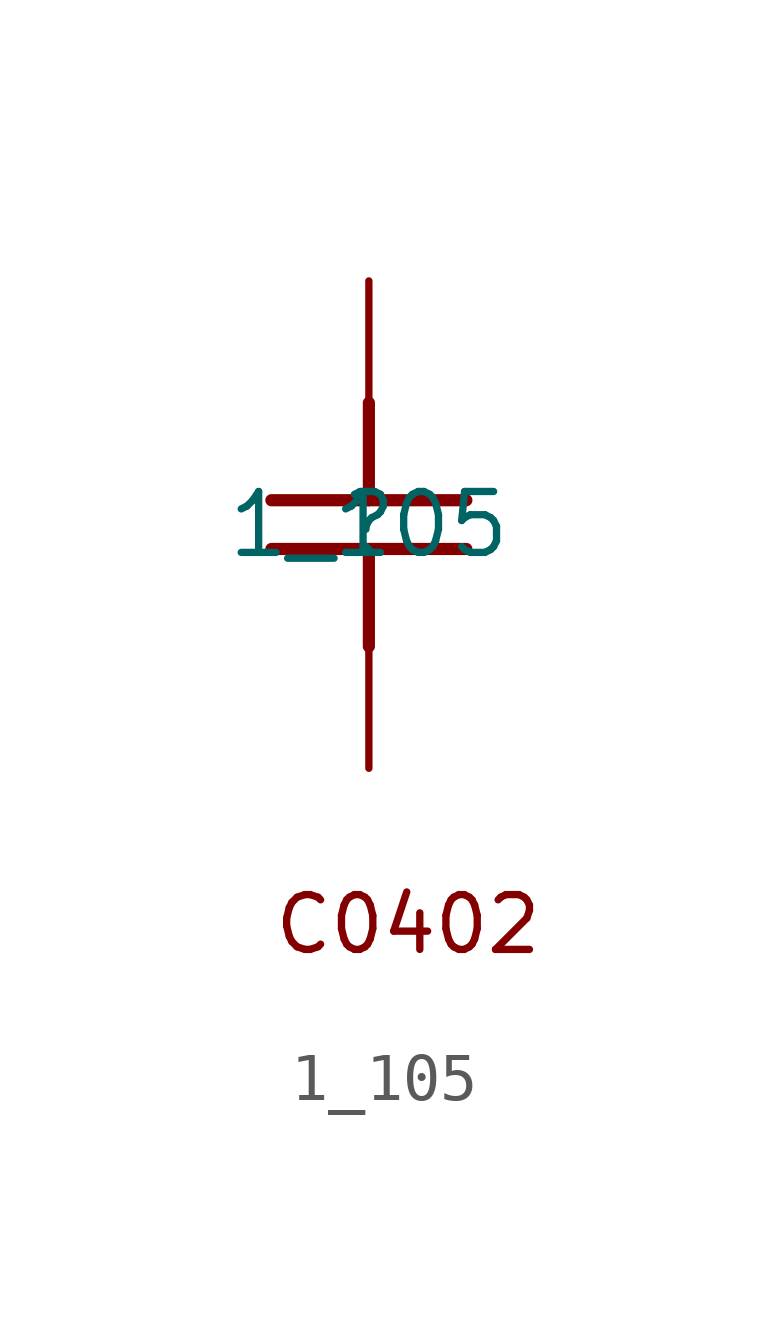
<source format=kicad_sym>
(kicad_symbol_lib
  (version 20211014)
  (generator kicad_symbol_editor)
  (symbol "1_105"
    (property "Reference" ""
      (at 0 0 0)
      (effects (font (size 1.27 1.27))))
    (property "Value" "1_105"
      (at 0 0 0)
      (effects (font (size 1.27 1.27))))
    (symbol "1_105_1_0"
      (polyline (pts (xy -2.032 0.508) (xy 2.032 0.508)) (stroke (width 0.254) (type default) (color 0 0 0 0)) (fill (type none)))
      (polyline (pts (xy 0 -0.508) (xy 0 -2.54)) (stroke (width 0.254) (type default) (color 0 0 0 0)) (fill (type none)))
      (polyline (pts (xy 0 2.54) (xy 0 0.508)) (stroke (width 0.254) (type default) (color 0 0 0 0)) (fill (type none)))
      (polyline (pts (xy 2.032 -0.508) (xy -2.032 -0.508)) (stroke (width 0.254) (type default) (color 0 0 0 0)) (fill (type none)))
      (text "C0402" (at -2.032 -9.004 0) (effects (font (size 1.143 1.143)) (justify left bottom)))
      (pin passive line (at 0 -5.08 90) (length 2.54) (name "1" (effects (font (size 0 0)))) (number "1" (effects (font (size 0 0)))))
      (pin passive line (at 0 5.08 270) (length 2.54) (name "2" (effects (font (size 0 0)))) (number "2" (effects (font (size 0 0))))))))
</source>
